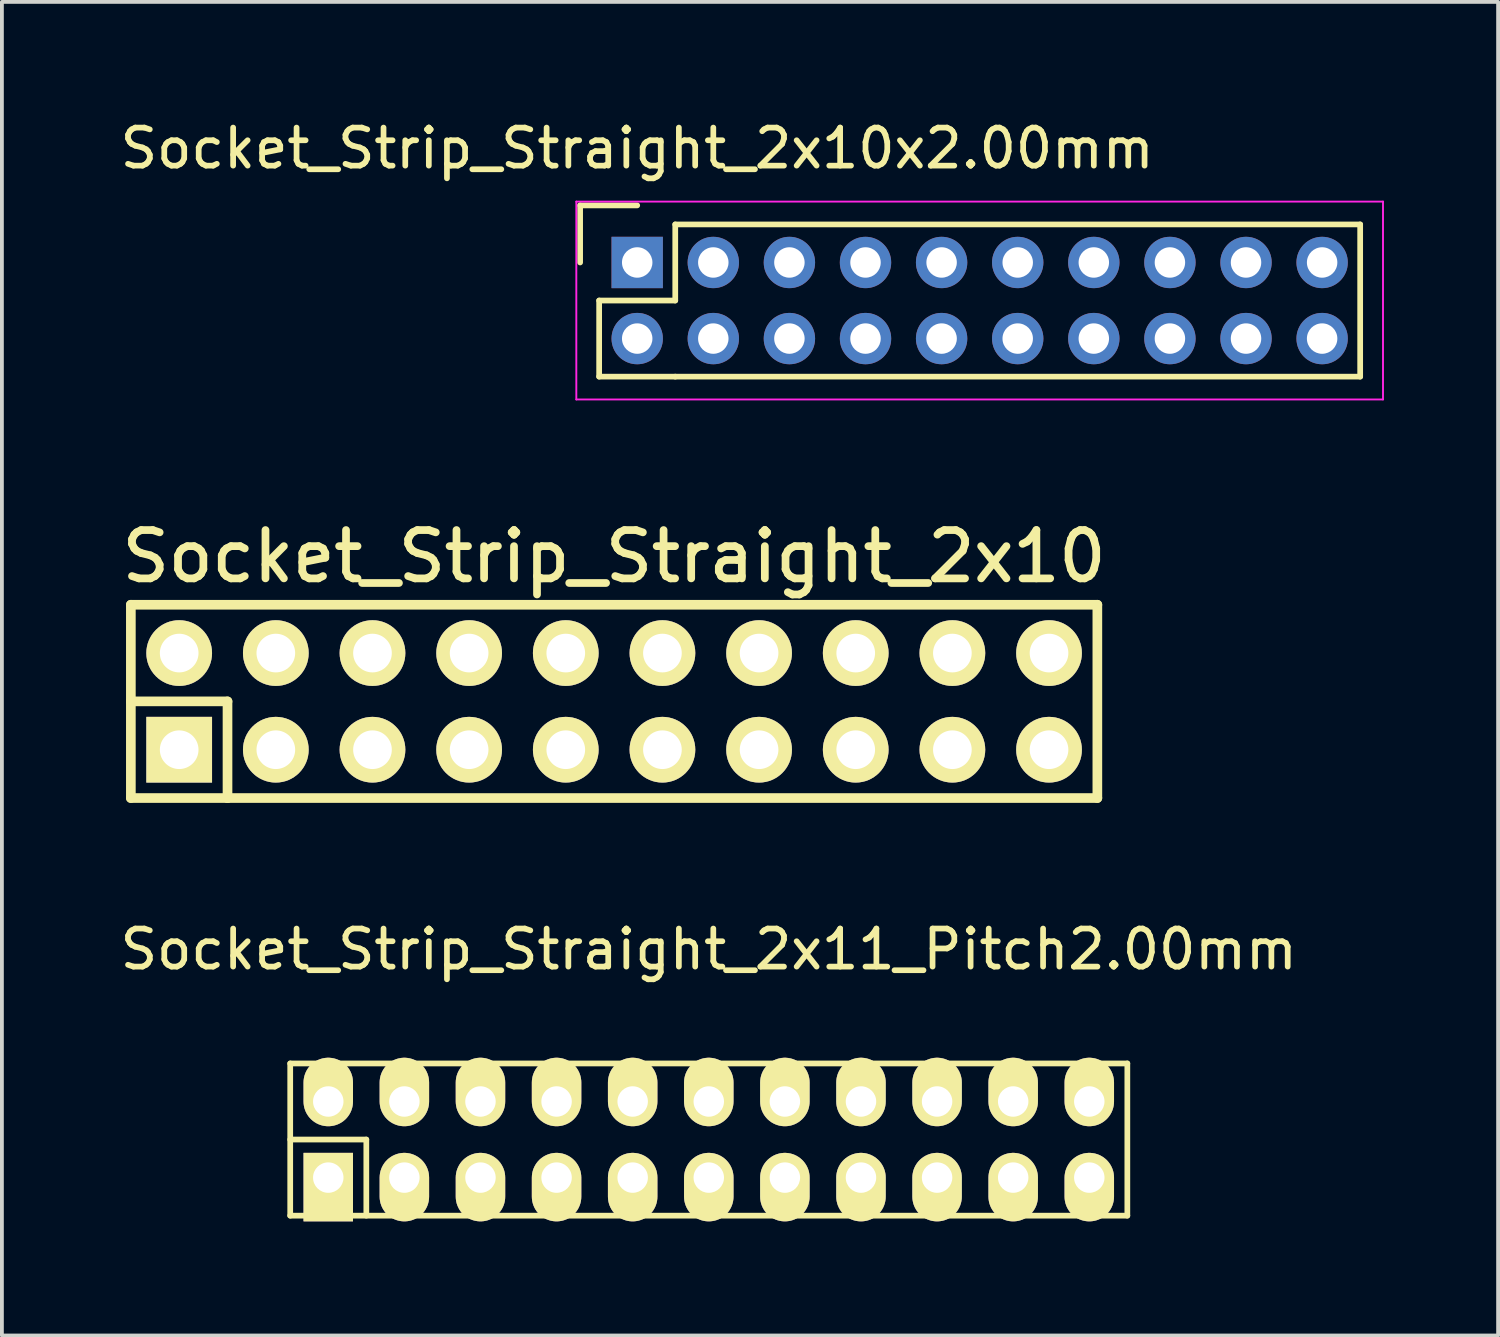
<source format=kicad_pcb>
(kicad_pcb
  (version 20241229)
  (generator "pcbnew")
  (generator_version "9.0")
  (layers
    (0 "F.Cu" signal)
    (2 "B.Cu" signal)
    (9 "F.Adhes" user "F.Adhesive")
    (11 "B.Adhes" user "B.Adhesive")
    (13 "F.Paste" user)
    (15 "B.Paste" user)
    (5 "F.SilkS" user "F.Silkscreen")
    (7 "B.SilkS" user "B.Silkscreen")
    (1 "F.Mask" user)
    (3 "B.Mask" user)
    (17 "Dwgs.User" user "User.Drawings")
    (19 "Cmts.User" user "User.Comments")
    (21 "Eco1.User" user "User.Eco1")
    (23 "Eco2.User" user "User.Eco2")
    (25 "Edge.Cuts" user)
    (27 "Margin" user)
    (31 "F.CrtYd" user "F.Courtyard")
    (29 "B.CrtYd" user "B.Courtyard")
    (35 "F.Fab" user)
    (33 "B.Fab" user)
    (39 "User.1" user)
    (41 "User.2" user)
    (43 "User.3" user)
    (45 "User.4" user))
  (footprint "Socket_Strip_Straight_2x10x2.00mm"
    (layer "F.Cu")
    (at 13.696 3.848)
    (property "Reference" "Socket_Strip_Straight_2x10x2.00mm" (at 0 -3 0) (layer "F.SilkS") (effects (font (size 1 1) (thickness 0.15))))
    (attr through_hole)
    (fp_line (start -1.5 -1.5) (end -1.5 0) (stroke (width 0.15) (type solid)) (layer "F.SilkS"))
    (fp_line (start -1 1) (end -1 3) (stroke (width 0.15) (type solid)) (layer "F.SilkS"))
    (fp_line (start -1 3) (end 1 3) (stroke (width 0.15) (type solid)) (layer "F.SilkS"))
    (fp_line (start 0 -1.5) (end -1.5 -1.5) (stroke (width 0.15) (type solid)) (layer "F.SilkS"))
    (fp_line (start 1 -1) (end 1 1) (stroke (width 0.15) (type solid)) (layer "F.SilkS"))
    (fp_line (start 1 1) (end -1 1) (stroke (width 0.15) (type solid)) (layer "F.SilkS"))
    (fp_line (start 1 3) (end 19 3) (stroke (width 0.15) (type solid)) (layer "F.SilkS"))
    (fp_line (start 19 -1) (end 1 -1) (stroke (width 0.15) (type solid)) (layer "F.SilkS"))
    (fp_line (start 19 3) (end 19 -1) (stroke (width 0.15) (type solid)) (layer "F.SilkS"))
    (fp_line (start -1.6 -1.6) (end -1.6 3.6) (stroke (width 0.05) (type solid)) (layer "F.CrtYd"))
    (fp_line (start -1.6 3.6) (end 19.6 3.6) (stroke (width 0.05) (type solid)) (layer "F.CrtYd"))
    (fp_line (start 19.6 -1.6) (end -1.6 -1.6) (stroke (width 0.05) (type solid)) (layer "F.CrtYd"))
    (fp_line (start 19.6 3.6) (end 19.6 -1.6) (stroke (width 0.05) (type solid)) (layer "F.CrtYd"))
    (pad "1" thru_hole rect (at 0 0) (size 1.35 1.35) (drill 0.8) (layers "*.Cu" "*.Mask"))
    (pad "2" thru_hole circle (at 0 2) (size 1.35 1.35) (drill 0.8) (layers "*.Cu" "*.Mask"))
    (pad "3" thru_hole circle (at 2 0) (size 1.35 1.35) (drill 0.8) (layers "*.Cu" "*.Mask"))
    (pad "4" thru_hole circle (at 2 2) (size 1.35 1.35) (drill 0.8) (layers "*.Cu" "*.Mask"))
    (pad "5" thru_hole circle (at 4 0) (size 1.35 1.35) (drill 0.8) (layers "*.Cu" "*.Mask"))
    (pad "6" thru_hole circle (at 4 2) (size 1.35 1.35) (drill 0.8) (layers "*.Cu" "*.Mask"))
    (pad "7" thru_hole circle (at 6 0) (size 1.35 1.35) (drill 0.8) (layers "*.Cu" "*.Mask"))
    (pad "8" thru_hole circle (at 6 2) (size 1.35 1.35) (drill 0.8) (layers "*.Cu" "*.Mask"))
    (pad "9" thru_hole circle (at 8 0) (size 1.35 1.35) (drill 0.8) (layers "*.Cu" "*.Mask"))
    (pad "10" thru_hole circle (at 8 2) (size 1.35 1.35) (drill 0.8) (layers "*.Cu" "*.Mask"))
    (pad "11" thru_hole circle (at 10 0) (size 1.35 1.35) (drill 0.8) (layers "*.Cu" "*.Mask"))
    (pad "12" thru_hole circle (at 10 2) (size 1.35 1.35) (drill 0.8) (layers "*.Cu" "*.Mask"))
    (pad "13" thru_hole circle (at 12 0) (size 1.35 1.35) (drill 0.8) (layers "*.Cu" "*.Mask"))
    (pad "14" thru_hole circle (at 12 2) (size 1.35 1.35) (drill 0.8) (layers "*.Cu" "*.Mask"))
    (pad "15" thru_hole circle (at 14 0) (size 1.35 1.35) (drill 0.8) (layers "*.Cu" "*.Mask"))
    (pad "16" thru_hole circle (at 14 2) (size 1.35 1.35) (drill 0.8) (layers "*.Cu" "*.Mask"))
    (pad "17" thru_hole circle (at 16 0) (size 1.35 1.35) (drill 0.8) (layers "*.Cu" "*.Mask"))
    (pad "18" thru_hole circle (at 16 2) (size 1.35 1.35) (drill 0.8) (layers "*.Cu" "*.Mask"))
    (pad "19" thru_hole circle (at 18 0) (size 1.35 1.35) (drill 0.8) (layers "*.Cu" "*.Mask"))
    (pad "20" thru_hole circle (at 18 2) (size 1.35 1.35) (drill 0.8) (layers "*.Cu" "*.Mask")))
  (footprint "Socket_Strip_Straight_2x10"
    (layer "F.Cu")
    (at 13.089 15.383)
    (property "Reference" "Socket_Strip_Straight_2x10" (at 0 -3.81 0) (layer "F.SilkS") (effects (font (size 1.27 1.27) (thickness 0.203))))
    (attr through_hole)
    (fp_line (start -12.7 -2.54) (end -12.7 0) (stroke (width 0.254) (type solid)) (layer "F.SilkS"))
    (fp_line (start -12.7 0) (end -10.16 0) (stroke (width 0.254) (type solid)) (layer "F.SilkS"))
    (fp_line (start -12.7 2.54) (end -12.7 0) (stroke (width 0.254) (type solid)) (layer "F.SilkS"))
    (fp_line (start -12.7 2.54) (end -10.16 2.54) (stroke (width 0.254) (type solid)) (layer "F.SilkS"))
    (fp_line (start -10.16 0) (end -10.16 2.54) (stroke (width 0.254) (type solid)) (layer "F.SilkS"))
    (fp_line (start -10.16 2.54) (end 12.7 2.54) (stroke (width 0.254) (type solid)) (layer "F.SilkS"))
    (fp_line (start 12.7 -2.54) (end -12.7 -2.54) (stroke (width 0.254) (type solid)) (layer "F.SilkS"))
    (fp_line (start 12.7 -2.54) (end 12.7 2.54) (stroke (width 0.254) (type solid)) (layer "F.SilkS"))
    (pad "1" thru_hole rect (at -11.43 1.27) (size 1.727 1.727) (drill 1.016) (layers "*.Cu" "*.Mask" "F.SilkS"))
    (pad "2" thru_hole oval (at -8.89 1.27) (size 1.727 1.727) (drill 1.016) (layers "*.Cu" "*.Mask" "F.SilkS"))
    (pad "3" thru_hole oval (at -6.35 1.27) (size 1.727 1.727) (drill 1.016) (layers "*.Cu" "*.Mask" "F.SilkS"))
    (pad "4" thru_hole oval (at -3.81 1.27) (size 1.727 1.727) (drill 1.016) (layers "*.Cu" "*.Mask" "F.SilkS"))
    (pad "5" thru_hole oval (at -1.27 1.27) (size 1.727 1.727) (drill 1.016) (layers "*.Cu" "*.Mask" "F.SilkS"))
    (pad "6" thru_hole oval (at 1.27 1.27) (size 1.727 1.727) (drill 1.016) (layers "*.Cu" "*.Mask" "F.SilkS"))
    (pad "7" thru_hole oval (at 3.81 1.27) (size 1.727 1.727) (drill 1.016) (layers "*.Cu" "*.Mask" "F.SilkS"))
    (pad "8" thru_hole oval (at 6.35 1.27) (size 1.727 1.727) (drill 1.016) (layers "*.Cu" "*.Mask" "F.SilkS"))
    (pad "9" thru_hole oval (at 8.89 1.27) (size 1.727 1.727) (drill 1.016) (layers "*.Cu" "*.Mask" "F.SilkS"))
    (pad "10" thru_hole oval (at 11.43 1.27) (size 1.727 1.727) (drill 1.016) (layers "*.Cu" "*.Mask" "F.SilkS"))
    (pad "11" thru_hole oval (at 11.43 -1.27) (size 1.727 1.727) (drill 1.016) (layers "*.Cu" "*.Mask" "F.SilkS"))
    (pad "12" thru_hole oval (at 8.89 -1.27) (size 1.727 1.727) (drill 1.016) (layers "*.Cu" "*.Mask" "F.SilkS"))
    (pad "13" thru_hole oval (at 6.35 -1.27) (size 1.727 1.727) (drill 1.016) (layers "*.Cu" "*.Mask" "F.SilkS"))
    (pad "14" thru_hole oval (at 3.81 -1.27) (size 1.727 1.727) (drill 1.016) (layers "*.Cu" "*.Mask" "F.SilkS"))
    (pad "15" thru_hole oval (at 1.27 -1.27) (size 1.727 1.727) (drill 1.016) (layers "*.Cu" "*.Mask" "F.SilkS"))
    (pad "16" thru_hole oval (at -1.27 -1.27) (size 1.727 1.727) (drill 1.016) (layers "*.Cu" "*.Mask" "F.SilkS"))
    (pad "17" thru_hole oval (at -3.81 -1.27) (size 1.727 1.727) (drill 1.016) (layers "*.Cu" "*.Mask" "F.SilkS"))
    (pad "18" thru_hole oval (at -6.35 -1.27) (size 1.727 1.727) (drill 1.016) (layers "*.Cu" "*.Mask" "F.SilkS"))
    (pad "19" thru_hole oval (at -8.89 -1.27) (size 1.727 1.727) (drill 1.016) (layers "*.Cu" "*.Mask" "F.SilkS"))
    (pad "20" thru_hole oval (at -11.43 -1.27) (size 1.727 1.727) (drill 1.016) (layers "*.Cu" "*.Mask" "F.SilkS")))
  (footprint "Socket_Strip_Straight_2x11_Pitch2.00mm"
    (layer "F.Cu")
    (at 15.577 26.898)
    (property "Reference" "Socket_Strip_Straight_2x11_Pitch2.00mm" (at 0 -5 0) (layer "F.SilkS") (effects (font (size 1 1) (thickness 0.15))))
    (attr through_hole)
    (fp_line (start -11 -2) (end 11 -2) (stroke (width 0.15) (type solid)) (layer "F.SilkS"))
    (fp_line (start -11 0) (end -9 0) (stroke (width 0.15) (type solid)) (layer "F.SilkS"))
    (fp_line (start -11 2) (end -11 -2) (stroke (width 0.15) (type solid)) (layer "F.SilkS"))
    (fp_line (start -9 0) (end -9 2) (stroke (width 0.15) (type solid)) (layer "F.SilkS"))
    (fp_line (start 11 -2) (end 11 2) (stroke (width 0.15) (type solid)) (layer "F.SilkS"))
    (fp_line (start 11 2) (end -11 2) (stroke (width 0.15) (type solid)) (layer "F.SilkS"))
    (pad "1" thru_hole rect (at -10 1) (size 1.3 1.8) (drill 0.8 (offset 0 0.25)) (layers "*.Cu" "*.Mask" "F.SilkS"))
    (pad "2" thru_hole oval (at -10 -1) (size 1.3 1.8) (drill 0.8 (offset 0 -0.25)) (layers "*.Cu" "*.Mask" "F.SilkS"))
    (pad "3" thru_hole oval (at -8 1) (size 1.3 1.8) (drill 0.8 (offset 0 0.25)) (layers "*.Cu" "*.Mask" "F.SilkS"))
    (pad "4" thru_hole oval (at -8 -1) (size 1.3 1.8) (drill 0.8 (offset 0 -0.25)) (layers "*.Cu" "*.Mask" "F.SilkS"))
    (pad "5" thru_hole oval (at -6 1) (size 1.3 1.8) (drill 0.8 (offset 0 0.25)) (layers "*.Cu" "*.Mask" "F.SilkS"))
    (pad "6" thru_hole oval (at -6 -1) (size 1.3 1.8) (drill 0.8 (offset 0 -0.25)) (layers "*.Cu" "*.Mask" "F.SilkS"))
    (pad "7" thru_hole oval (at -4 1) (size 1.3 1.8) (drill 0.8 (offset 0 0.25)) (layers "*.Cu" "*.Mask" "F.SilkS"))
    (pad "8" thru_hole oval (at -4 -1) (size 1.3 1.8) (drill 0.8 (offset 0 -0.25)) (layers "*.Cu" "*.Mask" "F.SilkS"))
    (pad "9" thru_hole oval (at -2 1) (size 1.3 1.8) (drill 0.8 (offset 0 0.25)) (layers "*.Cu" "*.Mask" "F.SilkS"))
    (pad "10" thru_hole oval (at -2 -1) (size 1.3 1.8) (drill 0.8 (offset 0 -0.25)) (layers "*.Cu" "*.Mask" "F.SilkS"))
    (pad "11" thru_hole oval (at 0 1) (size 1.3 1.8) (drill 0.8 (offset 0 0.25)) (layers "*.Cu" "*.Mask" "F.SilkS"))
    (pad "12" thru_hole oval (at 0 -1) (size 1.3 1.8) (drill 0.8 (offset 0 -0.25)) (layers "*.Cu" "*.Mask" "F.SilkS"))
    (pad "13" thru_hole oval (at 2 1) (size 1.3 1.8) (drill 0.8 (offset 0 0.25)) (layers "*.Cu" "*.Mask" "F.SilkS"))
    (pad "14" thru_hole oval (at 2 -1) (size 1.3 1.8) (drill 0.8 (offset 0 -0.25)) (layers "*.Cu" "*.Mask" "F.SilkS"))
    (pad "15" thru_hole oval (at 4 1) (size 1.3 1.8) (drill 0.8 (offset 0 0.25)) (layers "*.Cu" "*.Mask" "F.SilkS"))
    (pad "16" thru_hole oval (at 4 -1) (size 1.3 1.8) (drill 0.8 (offset 0 -0.25)) (layers "*.Cu" "*.Mask" "F.SilkS"))
    (pad "17" thru_hole oval (at 6 1) (size 1.3 1.8) (drill 0.8 (offset 0 0.25)) (layers "*.Cu" "*.Mask" "F.SilkS"))
    (pad "18" thru_hole oval (at 6 -1) (size 1.3 1.8) (drill 0.8 (offset 0 -0.25)) (layers "*.Cu" "*.Mask" "F.SilkS"))
    (pad "19" thru_hole oval (at 8 1) (size 1.3 1.8) (drill 0.8 (offset 0 0.25)) (layers "*.Cu" "*.Mask" "F.SilkS"))
    (pad "20" thru_hole oval (at 8 -1) (size 1.3 1.8) (drill 0.8 (offset 0 -0.25)) (layers "*.Cu" "*.Mask" "F.SilkS"))
    (pad "21" thru_hole oval (at 10 1) (size 1.3 1.8) (drill 0.8 (offset 0 0.25)) (layers "*.Cu" "*.Mask" "F.SilkS"))
    (pad "22" thru_hole oval (at 10 -1) (size 1.3 1.8) (drill 0.8 (offset 0 -0.25)) (layers "*.Cu" "*.Mask" "F.SilkS")))
  (gr_rect
    (start -3 -3)
    (end 36.321 32.048)
    (stroke (width 0.1) (type default))
    (fill no)
    (layer "Edge.Cuts")))
</source>
